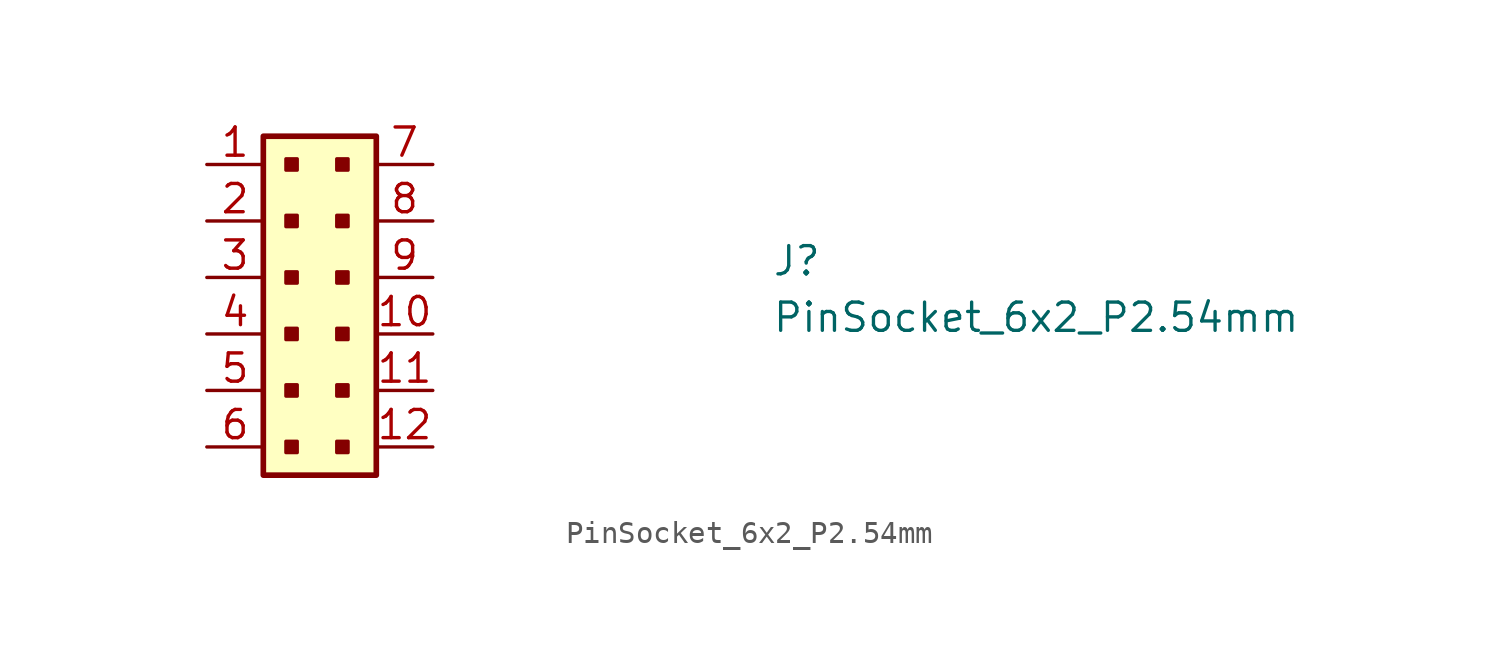
<source format=kicad_sym>
(kicad_symbol_lib
  (version 20211014)
  (generator kicad_symbol_editor)
  (symbol "PinSocket_6x2_P2.54mm"
    (property "Reference" "J"
      (at 25.4 -5.08 0)
      (effects (font (size 1.27 1.27) (thickness 0.15)) (justify left bottom)))
    (property "Value" "PinSocket_6x2_P2.54mm"
      (at 25.4 -7.62 0)
      (effects (font (size 1.27 1.27) (thickness 0.15)) (justify left bottom)))
    (symbol "PinSocket_6x2_P2.54mm_0_1"
      (rectangle (start 3.556 -12.446) (end 4.064 -12.954) (stroke (width 0) (type default) (color 0 0 0 0)) (fill (type outline)))
      (rectangle (start 3.556 -9.906) (end 4.064 -10.414) (stroke (width 0) (type default) (color 0 0 0 0)) (fill (type outline)))
      (rectangle (start 3.556 -7.366) (end 4.064 -7.874) (stroke (width 0) (type default) (color 0 0 0 0)) (fill (type outline)))
      (rectangle (start 3.556 -4.826) (end 4.064 -5.334) (stroke (width 0) (type default) (color 0 0 0 0)) (fill (type outline)))
      (rectangle (start 3.556 -2.286) (end 4.064 -2.794) (stroke (width 0) (type default) (color 0 0 0 0)) (fill (type outline)))
      (rectangle (start 3.556 0.254) (end 4.064 -0.254) (stroke (width 0) (type default) (color 0 0 0 0)) (fill (type outline)))
      (rectangle (start 5.842 -12.446) (end 6.35 -12.954) (stroke (width 0) (type default) (color 0 0 0 0)) (fill (type outline)))
      (rectangle (start 5.842 -9.906) (end 6.35 -10.414) (stroke (width 0) (type default) (color 0 0 0 0)) (fill (type outline)))
      (rectangle (start 5.842 -7.366) (end 6.35 -7.874) (stroke (width 0) (type default) (color 0 0 0 0)) (fill (type outline)))
      (rectangle (start 5.842 -4.826) (end 6.35 -5.334) (stroke (width 0) (type default) (color 0 0 0 0)) (fill (type outline)))
      (rectangle (start 5.842 -2.286) (end 6.35 -2.794) (stroke (width 0) (type default) (color 0 0 0 0)) (fill (type outline)))
      (rectangle (start 5.842 0.254) (end 6.35 -0.254) (stroke (width 0) (type default) (color 0 0 0 0)) (fill (type outline))))
    (symbol "PinSocket_6x2_P2.54mm_1_1"
      (rectangle (start 2.54 1.27) (end 7.62 -13.97) (stroke (width 0.254) (type default) (color 0 0 0 0)) (fill (type background)))
      (pin passive line (at 0 0 0) (length 2.54) (name "~" (effects (font (size 1.27 1.27)))) (number "1" (effects (font (size 1.27 1.27)))))
      (pin passive line (at 10.16 -7.62 180) (length 2.54) (name "~" (effects (font (size 1.27 1.27)))) (number "10" (effects (font (size 1.27 1.27)))))
      (pin passive line (at 10.16 -10.16 180) (length 2.54) (name "~" (effects (font (size 1.27 1.27)))) (number "11" (effects (font (size 1.27 1.27)))))
      (pin passive line (at 10.16 -12.7 180) (length 2.54) (name "~" (effects (font (size 1.27 1.27)))) (number "12" (effects (font (size 1.27 1.27)))))
      (pin passive line (at 0 -2.54 0) (length 2.54) (name "~" (effects (font (size 1.27 1.27)))) (number "2" (effects (font (size 1.27 1.27)))))
      (pin passive line (at 0 -5.08 0) (length 2.54) (name "~" (effects (font (size 1.27 1.27)))) (number "3" (effects (font (size 1.27 1.27)))))
      (pin passive line (at 0 -7.62 0) (length 2.54) (name "~" (effects (font (size 1.27 1.27)))) (number "4" (effects (font (size 1.27 1.27)))))
      (pin passive line (at 0 -10.16 0) (length 2.54) (name "~" (effects (font (size 1.27 1.27)))) (number "5" (effects (font (size 1.27 1.27)))))
      (pin passive line (at 0 -12.7 0) (length 2.54) (name "~" (effects (font (size 1.27 1.27)))) (number "6" (effects (font (size 1.27 1.27)))))
      (pin passive line (at 10.16 0 180) (length 2.54) (name "~" (effects (font (size 1.27 1.27)))) (number "7" (effects (font (size 1.27 1.27)))))
      (pin passive line (at 10.16 -2.54 180) (length 2.54) (name "~" (effects (font (size 1.27 1.27)))) (number "8" (effects (font (size 1.27 1.27)))))
      (pin passive line (at 10.16 -5.08 180) (length 2.54) (name "~" (effects (font (size 1.27 1.27)))) (number "9" (effects (font (size 1.27 1.27))))))))
</source>
